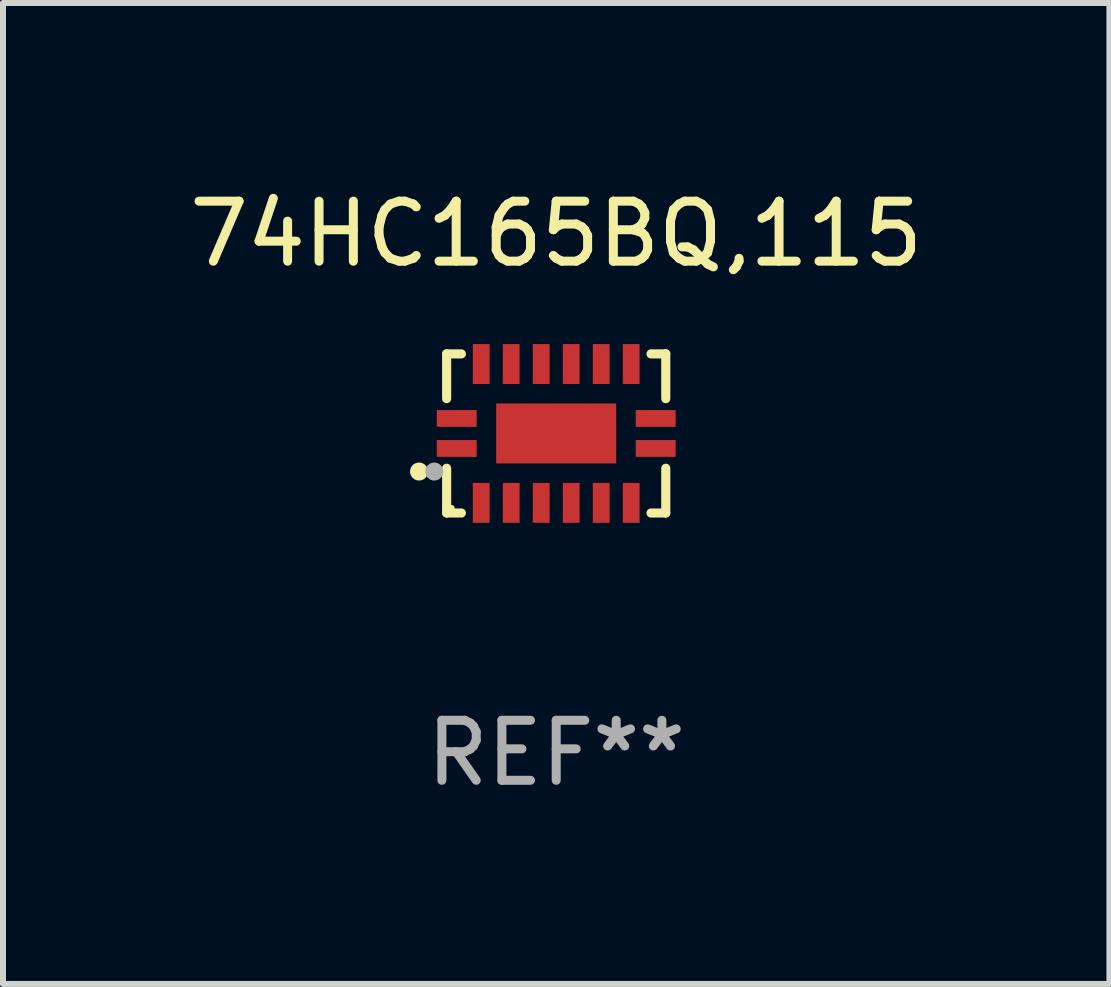
<source format=kicad_pcb>
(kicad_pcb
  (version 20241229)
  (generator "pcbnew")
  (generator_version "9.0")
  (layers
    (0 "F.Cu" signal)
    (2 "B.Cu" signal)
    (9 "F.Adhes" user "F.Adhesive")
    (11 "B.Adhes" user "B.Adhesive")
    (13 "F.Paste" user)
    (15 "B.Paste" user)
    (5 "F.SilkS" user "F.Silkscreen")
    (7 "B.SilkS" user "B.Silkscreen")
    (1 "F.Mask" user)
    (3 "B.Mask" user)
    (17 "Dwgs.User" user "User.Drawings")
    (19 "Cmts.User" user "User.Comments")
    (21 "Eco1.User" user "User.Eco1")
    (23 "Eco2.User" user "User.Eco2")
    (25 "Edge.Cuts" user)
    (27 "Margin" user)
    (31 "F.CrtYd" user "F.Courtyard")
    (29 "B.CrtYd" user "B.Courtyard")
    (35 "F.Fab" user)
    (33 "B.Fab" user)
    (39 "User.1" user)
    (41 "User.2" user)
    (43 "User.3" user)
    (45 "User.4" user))
  (footprint "74HC165BQ,115"
    (layer "F.Cu")
    (at 6.22 4.174)
    (property "Reference" "74HC165BQ,115" (at 0 -3.326 0) (layer "F.SilkS") (effects (font (size 1 1) (thickness 0.15))))
    (attr through_hole)
    (fp_line (start -1.826 -1.326) (end -1.58 -1.326) (stroke (width 0.152) (type solid)) (layer "F.SilkS"))
    (fp_line (start -1.826 -0.58) (end -1.826 -1.326) (stroke (width 0.152) (type solid)) (layer "F.SilkS"))
    (fp_line (start -1.826 0.58) (end -1.826 1.326) (stroke (width 0.152) (type solid)) (layer "F.SilkS"))
    (fp_line (start -1.826 1.326) (end -1.58 1.326) (stroke (width 0.152) (type solid)) (layer "F.SilkS"))
    (fp_line (start 1.826 -1.326) (end 1.58 -1.326) (stroke (width 0.152) (type solid)) (layer "F.SilkS"))
    (fp_line (start 1.826 -0.58) (end 1.826 -1.326) (stroke (width 0.152) (type solid)) (layer "F.SilkS"))
    (fp_line (start 1.826 0.58) (end 1.826 1.326) (stroke (width 0.152) (type solid)) (layer "F.SilkS"))
    (fp_line (start 1.826 1.326) (end 1.58 1.326) (stroke (width 0.152) (type solid)) (layer "F.SilkS"))
    (fp_circle (center -2.286 0.635) (end -2.211 0.635) (stroke (width 0.15) (type solid)) (fill no) (layer "F.SilkS"))
    (fp_circle (center -1.75 1.25) (end -1.72 1.25) (stroke (width 0.06) (type solid)) (fill no) (layer "F.SilkS"))
    (fp_circle (center -2.032 0.635) (end -1.957 0.635) (stroke (width 0.15) (type solid)) (fill no) (layer "F.Fab"))
    (fp_text user "REF**" (at 0 5.326 0) (layer "F.Fab") (effects (font (size 1 1) (thickness 0.15))))
    (pad "1" smd rect (at -1.658 0.25) (size 0.665 0.28) (layers "F.Cu" "F.Mask" "F.Paste"))
    (pad "2" smd rect (at -1.25 1.157) (size 0.28 0.665) (layers "F.Cu" "F.Mask" "F.Paste"))
    (pad "3" smd rect (at -0.75 1.157) (size 0.28 0.665) (layers "F.Cu" "F.Mask" "F.Paste"))
    (pad "4" smd rect (at -0.25 1.157) (size 0.28 0.665) (layers "F.Cu" "F.Mask" "F.Paste"))
    (pad "5" smd rect (at 0.25 1.157) (size 0.28 0.665) (layers "F.Cu" "F.Mask" "F.Paste"))
    (pad "6" smd rect (at 0.75 1.157) (size 0.28 0.665) (layers "F.Cu" "F.Mask" "F.Paste"))
    (pad "7" smd rect (at 1.25 1.157) (size 0.28 0.665) (layers "F.Cu" "F.Mask" "F.Paste"))
    (pad "8" smd rect (at 1.658 0.25) (size 0.665 0.28) (layers "F.Cu" "F.Mask" "F.Paste"))
    (pad "9" smd rect (at 1.658 -0.25) (size 0.665 0.28) (layers "F.Cu" "F.Mask" "F.Paste"))
    (pad "10" smd rect (at 1.25 -1.157) (size 0.28 0.665) (layers "F.Cu" "F.Mask" "F.Paste"))
    (pad "11" smd rect (at 0.75 -1.157) (size 0.28 0.665) (layers "F.Cu" "F.Mask" "F.Paste"))
    (pad "12" smd rect (at 0.25 -1.157) (size 0.28 0.665) (layers "F.Cu" "F.Mask" "F.Paste"))
    (pad "13" smd rect (at -0.25 -1.157) (size 0.28 0.665) (layers "F.Cu" "F.Mask" "F.Paste"))
    (pad "14" smd rect (at -0.75 -1.157) (size 0.28 0.665) (layers "F.Cu" "F.Mask" "F.Paste"))
    (pad "15" smd rect (at -1.25 -1.157) (size 0.28 0.665) (layers "F.Cu" "F.Mask" "F.Paste"))
    (pad "16" smd rect (at -1.658 -0.25) (size 0.665 0.28) (layers "F.Cu" "F.Mask" "F.Paste"))
    (pad "17" smd rect (at 0 0) (size 2 1) (layers "F.Cu" "F.Mask" "F.Paste")))
  (gr_rect
    (start -3 -3)
    (end 15.44 13.349)
    (stroke (width 0.1) (type default))
    (fill no)
    (layer "Edge.Cuts")))
</source>
